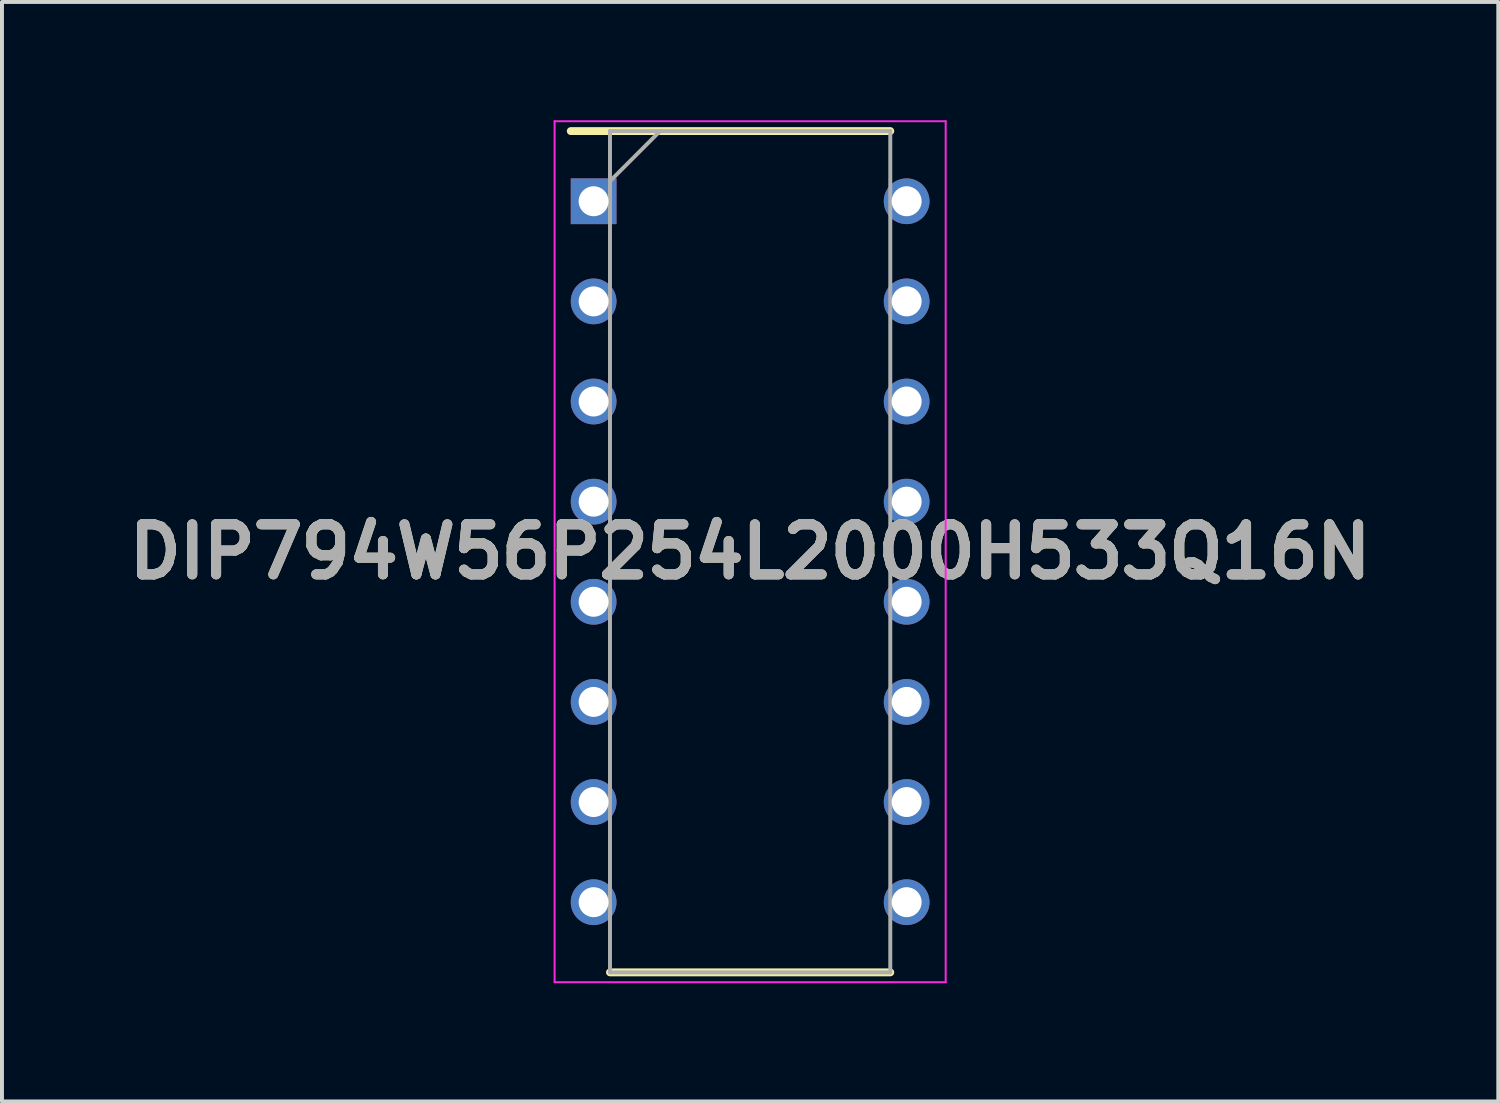
<source format=kicad_pcb>
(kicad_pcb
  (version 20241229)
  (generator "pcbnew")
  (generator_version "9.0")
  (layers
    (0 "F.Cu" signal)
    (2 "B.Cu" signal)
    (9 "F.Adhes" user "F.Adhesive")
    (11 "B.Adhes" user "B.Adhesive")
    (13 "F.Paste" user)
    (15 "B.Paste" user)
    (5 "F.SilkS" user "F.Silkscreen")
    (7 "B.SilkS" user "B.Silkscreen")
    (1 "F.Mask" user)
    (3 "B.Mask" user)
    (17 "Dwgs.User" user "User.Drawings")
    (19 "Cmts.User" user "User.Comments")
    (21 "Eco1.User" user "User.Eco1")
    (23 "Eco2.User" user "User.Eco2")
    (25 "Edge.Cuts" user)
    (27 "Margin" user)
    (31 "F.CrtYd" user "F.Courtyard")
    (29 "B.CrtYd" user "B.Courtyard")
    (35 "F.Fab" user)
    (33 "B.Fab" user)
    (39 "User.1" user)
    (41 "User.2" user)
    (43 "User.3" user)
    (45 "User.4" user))
  (footprint "DIP794W56P254L2000H533Q16N"
    (layer "F.Cu")
    (at 15.978 10.945)
    (property "Reference" "DIP794W56P254L2000H533Q16N" (at 0 0 0) (layer "F.SilkS") (effects (font (size 1.27 1.27) (thickness 0.254))))
    (attr through_hole)
    (fp_line (start -4.55 -10.67) (end 3.555 -10.67) (stroke (width 0.2) (type solid)) (layer "F.SilkS"))
    (fp_line (start -3.555 10.67) (end 3.555 10.67) (stroke (width 0.2) (type solid)) (layer "F.SilkS"))
    (fp_line (start -4.96 -10.92) (end 4.96 -10.92) (stroke (width 0.05) (type solid)) (layer "F.CrtYd"))
    (fp_line (start -4.96 10.92) (end -4.96 -10.92) (stroke (width 0.05) (type solid)) (layer "F.CrtYd"))
    (fp_line (start 4.96 -10.92) (end 4.96 10.92) (stroke (width 0.05) (type solid)) (layer "F.CrtYd"))
    (fp_line (start 4.96 10.92) (end -4.96 10.92) (stroke (width 0.05) (type solid)) (layer "F.CrtYd"))
    (fp_line (start -3.555 -10.67) (end 3.555 -10.67) (stroke (width 0.1) (type solid)) (layer "F.Fab"))
    (fp_line (start -3.555 -9.4) (end -2.285 -10.67) (stroke (width 0.1) (type solid)) (layer "F.Fab"))
    (fp_line (start -3.555 10.67) (end -3.555 -10.67) (stroke (width 0.1) (type solid)) (layer "F.Fab"))
    (fp_line (start 3.555 -10.67) (end 3.555 10.67) (stroke (width 0.1) (type solid)) (layer "F.Fab"))
    (fp_line (start 3.555 10.67) (end -3.555 10.67) (stroke (width 0.1) (type solid)) (layer "F.Fab"))
    (fp_text user "${REFERENCE}" (at 0 0 0) (layer "F.Fab") (effects (font (size 1.27 1.27) (thickness 0.254))))
    (pad "1" thru_hole rect (at -3.97 -8.89) (size 1.16 1.16) (drill 0.76) (layers "*.Cu" "*.Mask"))
    (pad "2" thru_hole circle (at -3.97 -6.35) (size 1.16 1.16) (drill 0.76) (layers "*.Cu" "*.Mask"))
    (pad "3" thru_hole circle (at -3.97 -3.81) (size 1.16 1.16) (drill 0.76) (layers "*.Cu" "*.Mask"))
    (pad "4" thru_hole circle (at -3.97 -1.27) (size 1.16 1.16) (drill 0.76) (layers "*.Cu" "*.Mask"))
    (pad "5" thru_hole circle (at -3.97 1.27) (size 1.16 1.16) (drill 0.76) (layers "*.Cu" "*.Mask"))
    (pad "6" thru_hole circle (at -3.97 3.81) (size 1.16 1.16) (drill 0.76) (layers "*.Cu" "*.Mask"))
    (pad "7" thru_hole circle (at -3.97 6.35) (size 1.16 1.16) (drill 0.76) (layers "*.Cu" "*.Mask"))
    (pad "8" thru_hole circle (at -3.97 8.89) (size 1.16 1.16) (drill 0.76) (layers "*.Cu" "*.Mask"))
    (pad "9" thru_hole circle (at 3.97 8.89) (size 1.16 1.16) (drill 0.76) (layers "*.Cu" "*.Mask"))
    (pad "10" thru_hole circle (at 3.97 6.35) (size 1.16 1.16) (drill 0.76) (layers "*.Cu" "*.Mask"))
    (pad "11" thru_hole circle (at 3.97 3.81) (size 1.16 1.16) (drill 0.76) (layers "*.Cu" "*.Mask"))
    (pad "12" thru_hole circle (at 3.97 1.27) (size 1.16 1.16) (drill 0.76) (layers "*.Cu" "*.Mask"))
    (pad "13" thru_hole circle (at 3.97 -1.27) (size 1.16 1.16) (drill 0.76) (layers "*.Cu" "*.Mask"))
    (pad "14" thru_hole circle (at 3.97 -3.81) (size 1.16 1.16) (drill 0.76) (layers "*.Cu" "*.Mask"))
    (pad "15" thru_hole circle (at 3.97 -6.35) (size 1.16 1.16) (drill 0.76) (layers "*.Cu" "*.Mask"))
    (pad "16" thru_hole circle (at 3.97 -8.89) (size 1.16 1.16) (drill 0.76) (layers "*.Cu" "*.Mask")))
  (gr_rect
    (start -3 -3)
    (end 34.956 24.89)
    (stroke (width 0.1) (type default))
    (fill no)
    (layer "Edge.Cuts")))
</source>
